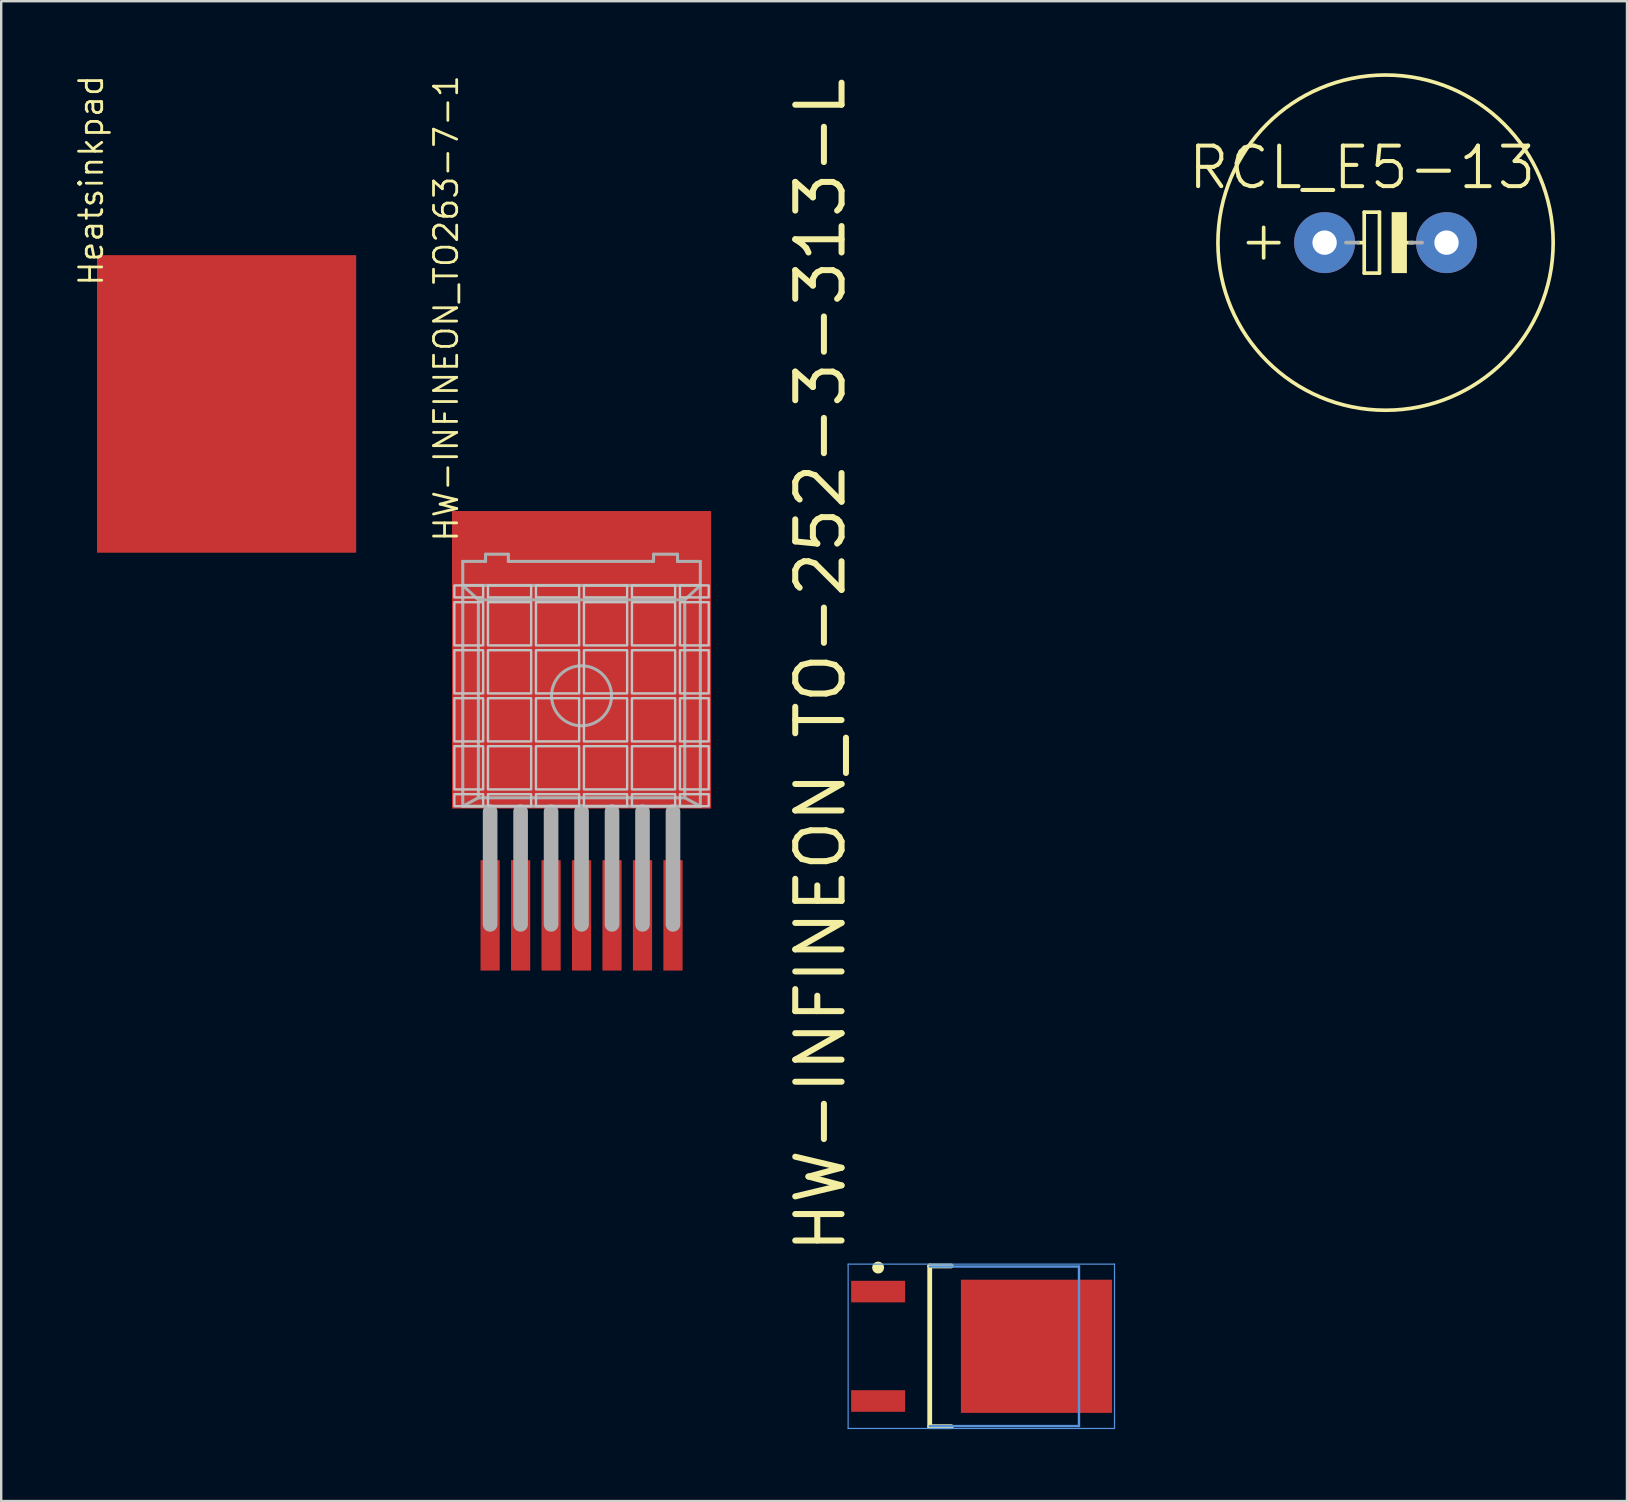
<source format=kicad_pcb>
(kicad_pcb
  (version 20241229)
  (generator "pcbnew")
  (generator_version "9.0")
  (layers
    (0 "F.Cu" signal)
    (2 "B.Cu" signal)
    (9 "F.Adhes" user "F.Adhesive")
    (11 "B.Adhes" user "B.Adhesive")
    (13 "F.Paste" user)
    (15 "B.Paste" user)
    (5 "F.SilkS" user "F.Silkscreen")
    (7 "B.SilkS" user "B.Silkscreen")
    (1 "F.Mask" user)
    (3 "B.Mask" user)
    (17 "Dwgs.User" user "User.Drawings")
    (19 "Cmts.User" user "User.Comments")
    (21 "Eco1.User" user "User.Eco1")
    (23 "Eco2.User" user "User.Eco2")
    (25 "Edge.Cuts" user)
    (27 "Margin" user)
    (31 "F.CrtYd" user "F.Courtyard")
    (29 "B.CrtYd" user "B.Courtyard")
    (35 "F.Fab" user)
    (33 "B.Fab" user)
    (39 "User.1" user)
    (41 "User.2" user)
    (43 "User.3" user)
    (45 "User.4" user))
  (footprint "Heatsinkpad"
    (layer "F.Cu")
    (at 6.393 15.283)
    (property "Reference" "Heatsinkpad" (at -5.08 -6.35 90) (layer "F.SilkS") (effects (font (size 0.965 0.965) (thickness 0.116)) (justify left bottom)))
    (attr through_hole)
    (pad "TAB" smd rect (at 0 -1.5) (size 10.8 12.4) (layers "F.Cu" "F.Mask" "F.Paste")))
  (footprint "HW-INFINEON_TO263-7-1"
    (layer "F.Cu")
    (at 21.185 25.946)
    (property "Reference" "HW-INFINEON_TO263-7-1" (at -5.08 -6.35 90) (layer "F.SilkS") (effects (font (size 0.965 0.965) (thickness 0.116)) (justify left bottom)))
    (attr through_hole)
    (fp_poly (pts (xy -5.3 -4.1) (xy -4.1 -4.1) (xy -4.1 -4.6) (xy -5.3 -4.6)) (stroke (width 0.1) (type solid)) (fill no) (layer "Dwgs.User"))
    (fp_poly (pts (xy -5.3 -2.1) (xy -4.1 -2.1) (xy -4.1 -3.9) (xy -5.3 -3.9)) (stroke (width 0.1) (type solid)) (fill no) (layer "Dwgs.User"))
    (fp_poly (pts (xy -5.3 -0.1) (xy -4.1 -0.1) (xy -4.1 -1.9) (xy -5.3 -1.9)) (stroke (width 0.1) (type solid)) (fill no) (layer "Dwgs.User"))
    (fp_poly (pts (xy -5.3 1.9) (xy -4.1 1.9) (xy -4.1 0.1) (xy -5.3 0.1)) (stroke (width 0.1) (type solid)) (fill no) (layer "Dwgs.User"))
    (fp_poly (pts (xy -5.3 3.9) (xy -4.1 3.9) (xy -4.1 2.1) (xy -5.3 2.1)) (stroke (width 0.1) (type solid)) (fill no) (layer "Dwgs.User"))
    (fp_poly (pts (xy -5.3 4.6) (xy -4.1 4.6) (xy -4.1 4.1) (xy -5.3 4.1)) (stroke (width 0.1) (type solid)) (fill no) (layer "Dwgs.User"))
    (fp_poly (pts (xy -3.9 -4.1) (xy -2.1 -4.1) (xy -2.1 -4.6) (xy -3.9 -4.6)) (stroke (width 0.1) (type solid)) (fill no) (layer "Dwgs.User"))
    (fp_poly (pts (xy -3.9 -2.1) (xy -2.1 -2.1) (xy -2.1 -3.9) (xy -3.9 -3.9)) (stroke (width 0.1) (type solid)) (fill no) (layer "Dwgs.User"))
    (fp_poly (pts (xy -3.9 -0.1) (xy -2.1 -0.1) (xy -2.1 -1.9) (xy -3.9 -1.9)) (stroke (width 0.1) (type solid)) (fill no) (layer "Dwgs.User"))
    (fp_poly (pts (xy -3.9 1.9) (xy -2.1 1.9) (xy -2.1 0.1) (xy -3.9 0.1)) (stroke (width 0.1) (type solid)) (fill no) (layer "Dwgs.User"))
    (fp_poly (pts (xy -3.9 3.9) (xy -2.1 3.9) (xy -2.1 2.1) (xy -3.9 2.1)) (stroke (width 0.1) (type solid)) (fill no) (layer "Dwgs.User"))
    (fp_poly (pts (xy -3.9 4.6) (xy -2.1 4.6) (xy -2.1 4.1) (xy -3.9 4.1)) (stroke (width 0.1) (type solid)) (fill no) (layer "Dwgs.User"))
    (fp_poly (pts (xy -1.9 -4.1) (xy -0.1 -4.1) (xy -0.1 -4.6) (xy -1.9 -4.6)) (stroke (width 0.1) (type solid)) (fill no) (layer "Dwgs.User"))
    (fp_poly (pts (xy -1.9 -2.1) (xy -0.1 -2.1) (xy -0.1 -3.9) (xy -1.9 -3.9)) (stroke (width 0.1) (type solid)) (fill no) (layer "Dwgs.User"))
    (fp_poly (pts (xy -1.9 -0.1) (xy -0.1 -0.1) (xy -0.1 -1.9) (xy -1.9 -1.9)) (stroke (width 0.1) (type solid)) (fill no) (layer "Dwgs.User"))
    (fp_poly (pts (xy -1.9 1.9) (xy -0.1 1.9) (xy -0.1 0.1) (xy -1.9 0.1)) (stroke (width 0.1) (type solid)) (fill no) (layer "Dwgs.User"))
    (fp_poly (pts (xy -1.9 3.9) (xy -0.1 3.9) (xy -0.1 2.1) (xy -1.9 2.1)) (stroke (width 0.1) (type solid)) (fill no) (layer "Dwgs.User"))
    (fp_poly (pts (xy -1.9 4.6) (xy -0.1 4.6) (xy -0.1 4.1) (xy -1.9 4.1)) (stroke (width 0.1) (type solid)) (fill no) (layer "Dwgs.User"))
    (fp_poly (pts (xy 0.1 -4.1) (xy 1.9 -4.1) (xy 1.9 -4.6) (xy 0.1 -4.6)) (stroke (width 0.1) (type solid)) (fill no) (layer "Dwgs.User"))
    (fp_poly (pts (xy 0.1 -2.1) (xy 1.9 -2.1) (xy 1.9 -3.9) (xy 0.1 -3.9)) (stroke (width 0.1) (type solid)) (fill no) (layer "Dwgs.User"))
    (fp_poly (pts (xy 0.1 -0.1) (xy 1.9 -0.1) (xy 1.9 -1.9) (xy 0.1 -1.9)) (stroke (width 0.1) (type solid)) (fill no) (layer "Dwgs.User"))
    (fp_poly (pts (xy 0.1 1.9) (xy 1.9 1.9) (xy 1.9 0.1) (xy 0.1 0.1)) (stroke (width 0.1) (type solid)) (fill no) (layer "Dwgs.User"))
    (fp_poly (pts (xy 0.1 3.9) (xy 1.9 3.9) (xy 1.9 2.1) (xy 0.1 2.1)) (stroke (width 0.1) (type solid)) (fill no) (layer "Dwgs.User"))
    (fp_poly (pts (xy 0.1 4.6) (xy 1.9 4.6) (xy 1.9 4.1) (xy 0.1 4.1)) (stroke (width 0.1) (type solid)) (fill no) (layer "Dwgs.User"))
    (fp_poly (pts (xy 2.1 -4.1) (xy 3.9 -4.1) (xy 3.9 -4.6) (xy 2.1 -4.6)) (stroke (width 0.1) (type solid)) (fill no) (layer "Dwgs.User"))
    (fp_poly (pts (xy 2.1 -2.1) (xy 3.9 -2.1) (xy 3.9 -3.9) (xy 2.1 -3.9)) (stroke (width 0.1) (type solid)) (fill no) (layer "Dwgs.User"))
    (fp_poly (pts (xy 2.1 -0.1) (xy 3.9 -0.1) (xy 3.9 -1.9) (xy 2.1 -1.9)) (stroke (width 0.1) (type solid)) (fill no) (layer "Dwgs.User"))
    (fp_poly (pts (xy 2.1 1.9) (xy 3.9 1.9) (xy 3.9 0.1) (xy 2.1 0.1)) (stroke (width 0.1) (type solid)) (fill no) (layer "Dwgs.User"))
    (fp_poly (pts (xy 2.1 3.9) (xy 3.9 3.9) (xy 3.9 2.1) (xy 2.1 2.1)) (stroke (width 0.1) (type solid)) (fill no) (layer "Dwgs.User"))
    (fp_poly (pts (xy 2.1 4.6) (xy 3.9 4.6) (xy 3.9 4.1) (xy 2.1 4.1)) (stroke (width 0.1) (type solid)) (fill no) (layer "Dwgs.User"))
    (fp_poly (pts (xy 4.1 -4.1) (xy 5.3 -4.1) (xy 5.3 -4.6) (xy 4.1 -4.6)) (stroke (width 0.1) (type solid)) (fill no) (layer "Dwgs.User"))
    (fp_poly (pts (xy 4.1 -2.1) (xy 5.3 -2.1) (xy 5.3 -3.9) (xy 4.1 -3.9)) (stroke (width 0.1) (type solid)) (fill no) (layer "Dwgs.User"))
    (fp_poly (pts (xy 4.1 -0.1) (xy 5.3 -0.1) (xy 5.3 -1.9) (xy 4.1 -1.9)) (stroke (width 0.1) (type solid)) (fill no) (layer "Dwgs.User"))
    (fp_poly (pts (xy 4.1 1.9) (xy 5.3 1.9) (xy 5.3 0.1) (xy 4.1 0.1)) (stroke (width 0.1) (type solid)) (fill no) (layer "Dwgs.User"))
    (fp_poly (pts (xy 4.1 3.9) (xy 5.3 3.9) (xy 5.3 2.1) (xy 4.1 2.1)) (stroke (width 0.1) (type solid)) (fill no) (layer "Dwgs.User"))
    (fp_poly (pts (xy 4.1 4.6) (xy 5.3 4.6) (xy 5.3 4.1) (xy 4.1 4.1)) (stroke (width 0.1) (type solid)) (fill no) (layer "Dwgs.User"))
    (fp_line (start -4.95 -5.6) (end -4 -5.6) (stroke (width 0.127) (type solid)) (layer "F.Fab"))
    (fp_line (start -4.95 -4.6) (end -4.95 -5.6) (stroke (width 0.127) (type solid)) (layer "F.Fab"))
    (fp_line (start -4.95 -4.6) (end -4.3 -4) (stroke (width 0.127) (type solid)) (layer "F.Fab"))
    (fp_line (start -4.95 -4.6) (end 4.95 -4.6) (stroke (width 0.127) (type solid)) (layer "F.Fab"))
    (fp_line (start -4.95 4.6) (end -4.95 -4.6) (stroke (width 0.127) (type solid)) (layer "F.Fab"))
    (fp_line (start -4.95 4.6) (end -4.3 4.25) (stroke (width 0.127) (type solid)) (layer "F.Fab"))
    (fp_line (start -4.3 4.25) (end -4.3 -4) (stroke (width 0.127) (type solid)) (layer "F.Fab"))
    (fp_line (start -4.25 4.25) (end 4.25 4.25) (stroke (width 0.127) (type solid)) (layer "F.Fab"))
    (fp_line (start -4 -5.9) (end -3.05 -5.9) (stroke (width 0.127) (type solid)) (layer "F.Fab"))
    (fp_line (start -4 -5.6) (end -4 -5.9) (stroke (width 0.127) (type solid)) (layer "F.Fab"))
    (fp_line (start -3.81 4.826) (end -3.81 9.525) (stroke (width 0.61) (type solid)) (layer "F.Fab"))
    (fp_line (start -3.05 -5.9) (end -3.05 -5.6) (stroke (width 0.127) (type solid)) (layer "F.Fab"))
    (fp_line (start -3.05 -5.6) (end 3 -5.6) (stroke (width 0.127) (type solid)) (layer "F.Fab"))
    (fp_line (start -2.54 4.826) (end -2.54 9.525) (stroke (width 0.61) (type solid)) (layer "F.Fab"))
    (fp_line (start -1.27 4.826) (end -1.27 9.525) (stroke (width 0.61) (type solid)) (layer "F.Fab"))
    (fp_line (start 0 4.826) (end 0 9.525) (stroke (width 0.61) (type solid)) (layer "F.Fab"))
    (fp_line (start 1.27 4.826) (end 1.27 9.525) (stroke (width 0.61) (type solid)) (layer "F.Fab"))
    (fp_line (start 2.54 4.826) (end 2.54 9.525) (stroke (width 0.61) (type solid)) (layer "F.Fab"))
    (fp_line (start 3 -5.9) (end 4 -5.9) (stroke (width 0.127) (type solid)) (layer "F.Fab"))
    (fp_line (start 3 -5.6) (end 3 -5.9) (stroke (width 0.127) (type solid)) (layer "F.Fab"))
    (fp_line (start 3.81 4.826) (end 3.81 9.525) (stroke (width 0.61) (type solid)) (layer "F.Fab"))
    (fp_line (start 4 -5.9) (end 4 -5.6) (stroke (width 0.127) (type solid)) (layer "F.Fab"))
    (fp_line (start 4 -5.6) (end 4.95 -5.6) (stroke (width 0.127) (type solid)) (layer "F.Fab"))
    (fp_line (start 4.25 -4) (end -4.25 -4) (stroke (width 0.127) (type solid)) (layer "F.Fab"))
    (fp_line (start 4.3 4.25) (end 4.3 -4) (stroke (width 0.127) (type solid)) (layer "F.Fab"))
    (fp_line (start 4.95 -5.6) (end 4.95 -4.6) (stroke (width 0.127) (type solid)) (layer "F.Fab"))
    (fp_line (start 4.95 -4.6) (end 4.3 -4) (stroke (width 0.127) (type solid)) (layer "F.Fab"))
    (fp_line (start 4.95 -4.6) (end 4.95 4.6) (stroke (width 0.127) (type solid)) (layer "F.Fab"))
    (fp_line (start 4.95 4.6) (end -4.95 4.6) (stroke (width 0.127) (type solid)) (layer "F.Fab"))
    (fp_line (start 4.95 4.6) (end 4.3 4.25) (stroke (width 0.127) (type solid)) (layer "F.Fab"))
    (fp_circle (center 0 0) (end 1.25 0) (stroke (width 0.127) (type solid)) (fill no) (layer "F.Fab"))
    (pad "1" smd rect (at -3.81 9.15) (size 0.8 4.6) (layers "F.Cu" "F.Mask" "F.Paste"))
    (pad "2" smd rect (at -2.54 9.15) (size 0.8 4.6) (layers "F.Cu" "F.Mask" "F.Paste"))
    (pad "3" smd rect (at -1.27 9.15) (size 0.8 4.6) (layers "F.Cu" "F.Mask" "F.Paste"))
    (pad "4" smd rect (at 0 9.15) (size 0.8 4.6) (layers "F.Cu" "F.Mask" "F.Paste"))
    (pad "5" smd rect (at 1.27 9.15) (size 0.8 4.6) (layers "F.Cu" "F.Mask" "F.Paste"))
    (pad "6" smd rect (at 2.54 9.15) (size 0.8 4.6) (layers "F.Cu" "F.Mask" "F.Paste"))
    (pad "7" smd rect (at 3.81 9.15) (size 0.8 4.6) (layers "F.Cu" "F.Mask" "F.Paste"))
    (pad "TAB" smd rect (at 0 -1.5) (size 10.8 12.4) (layers "F.Cu" "F.Mask" "F.Paste")))
  (footprint "RCL_E5-13"
    (layer "F.Cu")
    (at 54.69 7.061)
    (property "Reference" "RCL_E5-13" (at 6.375 -4.115 180) (layer "F.SilkS") (effects (font (size 1.689 1.689) (thickness 0.169)) (justify right top)))
    (attr through_hole)
    (fp_line (start -5.715 0) (end -4.445 0) (stroke (width 0.152) (type solid)) (layer "F.SilkS"))
    (fp_line (start -5.08 0.635) (end -5.08 -0.635) (stroke (width 0.152) (type solid)) (layer "F.SilkS"))
    (fp_line (start -1.143 0) (end -0.889 0) (stroke (width 0.152) (type solid)) (layer "F.SilkS"))
    (fp_line (start -0.889 -1.27) (end -0.889 0) (stroke (width 0.152) (type solid)) (layer "F.SilkS"))
    (fp_line (start -0.889 0) (end -0.889 1.27) (stroke (width 0.152) (type solid)) (layer "F.SilkS"))
    (fp_line (start -0.889 1.27) (end -0.254 1.27) (stroke (width 0.152) (type solid)) (layer "F.SilkS"))
    (fp_line (start -0.254 -1.27) (end -0.889 -1.27) (stroke (width 0.152) (type solid)) (layer "F.SilkS"))
    (fp_line (start -0.254 1.27) (end -0.254 -1.27) (stroke (width 0.152) (type solid)) (layer "F.SilkS"))
    (fp_line (start 0.635 0) (end 1.143 0) (stroke (width 0.152) (type solid)) (layer "F.SilkS"))
    (fp_circle (center 0 0) (end 6.985 0) (stroke (width 0.152) (type solid)) (fill no) (layer "F.SilkS"))
    (fp_poly (pts (xy 0.254 1.27) (xy 0.889 1.27) (xy 0.889 -1.27) (xy 0.254 -1.27)) (stroke (width 0) (type solid)) (fill yes) (layer "F.SilkS"))
    (fp_line (start -1.651 0) (end -1.143 0) (stroke (width 0.152) (type solid)) (layer "F.Fab"))
    (fp_line (start 1.016 0) (end 1.524 0) (stroke (width 0.152) (type solid)) (layer "F.Fab"))
    (pad "+" thru_hole circle (at -2.54 0) (size 2.54 2.54) (drill 1.016) (layers "*.Cu" "*.Mask"))
    (pad "-" thru_hole circle (at 2.54 0) (size 2.54 2.54) (drill 1.016) (layers "*.Cu" "*.Mask")))
  (footprint "HW-INFINEON_TO-252-3-313-L"
    (layer "F.Cu")
    (at 37.844 53.054)
    (property "Reference" "HW-INFINEON_TO-252-3-313-L" (at -5.575 -3.784 270) (layer "F.SilkS") (effects (font (size 1.93 1.93) (thickness 0.251)) (justify left bottom)))
    (attr through_hole)
    (fp_line (start -2.15 -3.35) (end -1.25 -3.35) (stroke (width 0.2) (type solid)) (layer "F.SilkS"))
    (fp_line (start -2.15 3.35) (end -2.15 -3.35) (stroke (width 0.2) (type solid)) (layer "F.SilkS"))
    (fp_line (start -2.15 3.35) (end -1.25 3.35) (stroke (width 0.2) (type solid)) (layer "F.SilkS"))
    (fp_circle (center -4.3 -3.28) (end -4.175 -3.28) (stroke (width 0.25) (type solid)) (fill no) (layer "F.SilkS"))
    (fp_line (start -5.55 -3.425) (end 5.55 -3.425) (stroke (width 0.05) (type solid)) (layer "Cmts.User"))
    (fp_line (start -5.55 3.425) (end -5.55 -3.425) (stroke (width 0.05) (type solid)) (layer "Cmts.User"))
    (fp_line (start -5.55 3.425) (end 5.55 3.425) (stroke (width 0.05) (type solid)) (layer "Cmts.User"))
    (fp_line (start -2.15 -3.325) (end 4.07 -3.325) (stroke (width 0.1) (type solid)) (layer "Cmts.User"))
    (fp_line (start -2.15 3.325) (end 4.07 3.325) (stroke (width 0.1) (type solid)) (layer "Cmts.User"))
    (fp_line (start 4.07 3.325) (end 4.07 -3.325) (stroke (width 0.1) (type solid)) (layer "Cmts.User"))
    (fp_line (start 5.55 -3.425) (end 5.55 3.425) (stroke (width 0.05) (type solid)) (layer "Cmts.User"))
    (pad "P1" smd rect (at -4.3 -2.28 90) (size 0.9 2.25) (layers "F.Cu" "F.Mask" "F.Paste"))
    (pad "P2" smd rect (at 2.3 0 90) (size 5.55 6.3) (layers "F.Cu" "F.Mask" "F.Paste"))
    (pad "P3" smd rect (at -4.3 2.28 90) (size 0.9 2.25) (layers "F.Cu" "F.Mask" "F.Paste")))
  (gr_rect
    (start -3 -3)
    (end 64.751 59.504)
    (stroke (width 0.1) (type default))
    (fill no)
    (layer "Edge.Cuts")))
</source>
